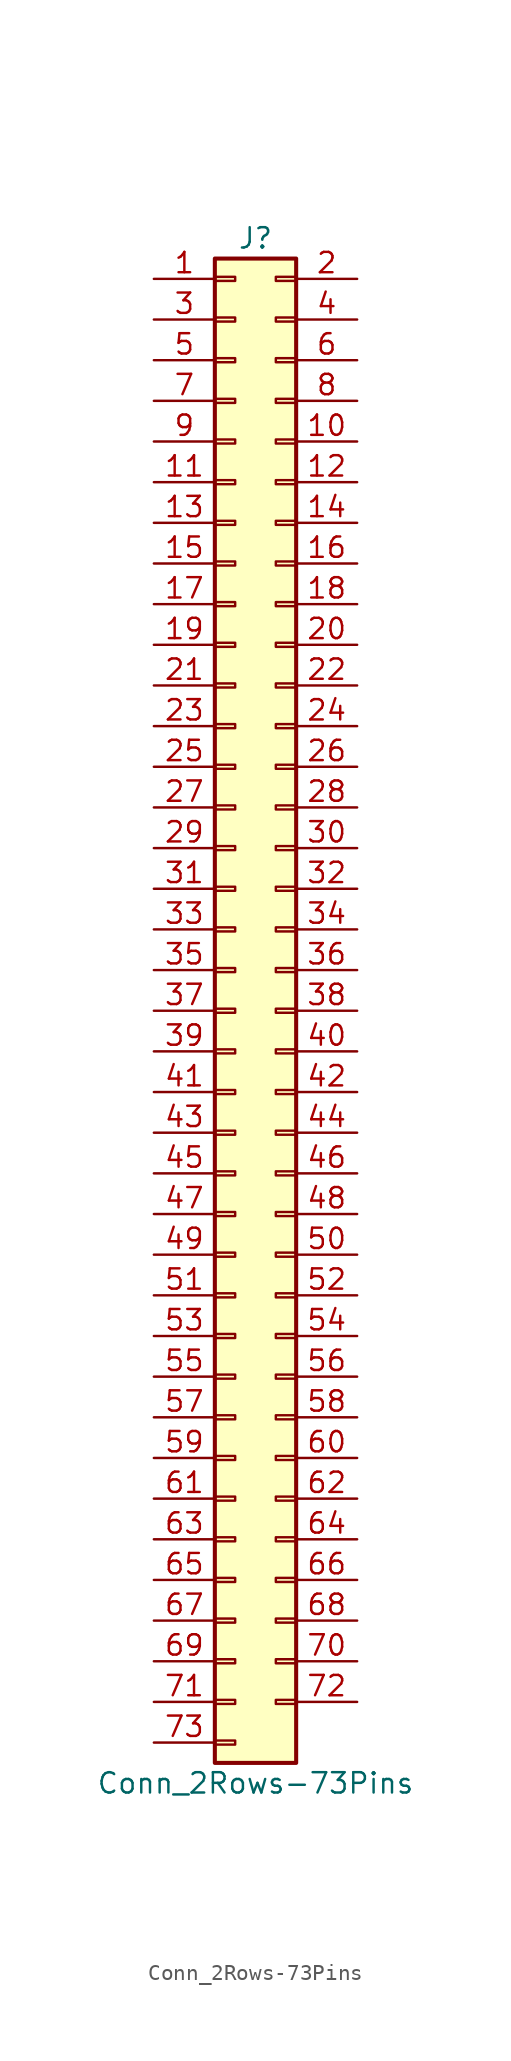
<source format=kicad_sym>
(kicad_symbol_lib
  (version 20201005)
  (generator kicad_symbol_editor)
  (symbol "Conn_2Rows-73Pins"
    (pin_names
      (offset 1.016) hide)
    (property "Reference" "J"
      (at 1.27 48.26 0)
      (effects (font (size 1.27 1.27))))
    (property "Value" "Conn_2Rows-73Pins"
      (at 1.27 -48.26 0)
      (effects (font (size 1.27 1.27))))
    (symbol "Conn_2Rows-73Pins_1_1"
      (rectangle (start -1.27 -45.593) (end 0 -45.847) (stroke (width 0.152)) (fill (type none)))
      (rectangle (start -1.27 -43.053) (end 0 -43.307) (stroke (width 0.152)) (fill (type none)))
      (rectangle (start -1.27 -40.513) (end 0 -40.767) (stroke (width 0.152)) (fill (type none)))
      (rectangle (start -1.27 -37.973) (end 0 -38.227) (stroke (width 0.152)) (fill (type none)))
      (rectangle (start -1.27 -35.433) (end 0 -35.687) (stroke (width 0.152)) (fill (type none)))
      (rectangle (start -1.27 -32.893) (end 0 -33.147) (stroke (width 0.152)) (fill (type none)))
      (rectangle (start -1.27 -30.353) (end 0 -30.607) (stroke (width 0.152)) (fill (type none)))
      (rectangle (start -1.27 -27.813) (end 0 -28.067) (stroke (width 0.152)) (fill (type none)))
      (rectangle (start -1.27 -25.273) (end 0 -25.527) (stroke (width 0.152)) (fill (type none)))
      (rectangle (start -1.27 -22.733) (end 0 -22.987) (stroke (width 0.152)) (fill (type none)))
      (rectangle (start -1.27 -20.193) (end 0 -20.447) (stroke (width 0.152)) (fill (type none)))
      (rectangle (start -1.27 -17.653) (end 0 -17.907) (stroke (width 0.152)) (fill (type none)))
      (rectangle (start -1.27 -15.113) (end 0 -15.367) (stroke (width 0.152)) (fill (type none)))
      (rectangle (start -1.27 -12.573) (end 0 -12.827) (stroke (width 0.152)) (fill (type none)))
      (rectangle (start -1.27 -10.033) (end 0 -10.287) (stroke (width 0.152)) (fill (type none)))
      (rectangle (start -1.27 -7.493) (end 0 -7.747) (stroke (width 0.152)) (fill (type none)))
      (rectangle (start -1.27 -4.953) (end 0 -5.207) (stroke (width 0.152)) (fill (type none)))
      (rectangle (start -1.27 -2.413) (end 0 -2.667) (stroke (width 0.152)) (fill (type none)))
      (rectangle (start -1.27 0.127) (end 0 -0.127) (stroke (width 0.152)) (fill (type none)))
      (rectangle (start -1.27 2.667) (end 0 2.413) (stroke (width 0.152)) (fill (type none)))
      (rectangle (start -1.27 5.207) (end 0 4.953) (stroke (width 0.152)) (fill (type none)))
      (rectangle (start -1.27 7.747) (end 0 7.493) (stroke (width 0.152)) (fill (type none)))
      (rectangle (start -1.27 10.287) (end 0 10.033) (stroke (width 0.152)) (fill (type none)))
      (rectangle (start -1.27 12.827) (end 0 12.573) (stroke (width 0.152)) (fill (type none)))
      (rectangle (start -1.27 15.367) (end 0 15.113) (stroke (width 0.152)) (fill (type none)))
      (rectangle (start -1.27 17.907) (end 0 17.653) (stroke (width 0.152)) (fill (type none)))
      (rectangle (start -1.27 20.447) (end 0 20.193) (stroke (width 0.152)) (fill (type none)))
      (rectangle (start -1.27 22.987) (end 0 22.733) (stroke (width 0.152)) (fill (type none)))
      (rectangle (start -1.27 25.527) (end 0 25.273) (stroke (width 0.152)) (fill (type none)))
      (rectangle (start -1.27 28.067) (end 0 27.813) (stroke (width 0.152)) (fill (type none)))
      (rectangle (start -1.27 30.607) (end 0 30.353) (stroke (width 0.152)) (fill (type none)))
      (rectangle (start -1.27 33.147) (end 0 32.893) (stroke (width 0.152)) (fill (type none)))
      (rectangle (start -1.27 35.687) (end 0 35.433) (stroke (width 0.152)) (fill (type none)))
      (rectangle (start -1.27 38.227) (end 0 37.973) (stroke (width 0.152)) (fill (type none)))
      (rectangle (start -1.27 40.767) (end 0 40.513) (stroke (width 0.152)) (fill (type none)))
      (rectangle (start -1.27 43.307) (end 0 43.053) (stroke (width 0.152)) (fill (type none)))
      (rectangle (start -1.27 45.847) (end 0 45.593) (stroke (width 0.152)) (fill (type none)))
      (rectangle (start 3.81 -43.053) (end 2.54 -43.307) (stroke (width 0.152)) (fill (type none)))
      (rectangle (start 3.81 -40.513) (end 2.54 -40.767) (stroke (width 0.152)) (fill (type none)))
      (rectangle (start 3.81 -37.973) (end 2.54 -38.227) (stroke (width 0.152)) (fill (type none)))
      (rectangle (start 3.81 -35.433) (end 2.54 -35.687) (stroke (width 0.152)) (fill (type none)))
      (rectangle (start 3.81 -32.893) (end 2.54 -33.147) (stroke (width 0.152)) (fill (type none)))
      (rectangle (start 3.81 -30.353) (end 2.54 -30.607) (stroke (width 0.152)) (fill (type none)))
      (rectangle (start 3.81 -27.813) (end 2.54 -28.067) (stroke (width 0.152)) (fill (type none)))
      (rectangle (start 3.81 -25.273) (end 2.54 -25.527) (stroke (width 0.152)) (fill (type none)))
      (rectangle (start 3.81 -22.733) (end 2.54 -22.987) (stroke (width 0.152)) (fill (type none)))
      (rectangle (start 3.81 -20.193) (end 2.54 -20.447) (stroke (width 0.152)) (fill (type none)))
      (rectangle (start 3.81 -17.653) (end 2.54 -17.907) (stroke (width 0.152)) (fill (type none)))
      (rectangle (start 3.81 -15.113) (end 2.54 -15.367) (stroke (width 0.152)) (fill (type none)))
      (rectangle (start 3.81 -12.573) (end 2.54 -12.827) (stroke (width 0.152)) (fill (type none)))
      (rectangle (start 3.81 -10.033) (end 2.54 -10.287) (stroke (width 0.152)) (fill (type none)))
      (rectangle (start 3.81 -7.493) (end 2.54 -7.747) (stroke (width 0.152)) (fill (type none)))
      (rectangle (start 3.81 -4.953) (end 2.54 -5.207) (stroke (width 0.152)) (fill (type none)))
      (rectangle (start 3.81 -2.413) (end 2.54 -2.667) (stroke (width 0.152)) (fill (type none)))
      (rectangle (start 3.81 0.127) (end 2.54 -0.127) (stroke (width 0.152)) (fill (type none)))
      (rectangle (start 3.81 2.667) (end 2.54 2.413) (stroke (width 0.152)) (fill (type none)))
      (rectangle (start 3.81 5.207) (end 2.54 4.953) (stroke (width 0.152)) (fill (type none)))
      (rectangle (start 3.81 7.747) (end 2.54 7.493) (stroke (width 0.152)) (fill (type none)))
      (rectangle (start 3.81 10.287) (end 2.54 10.033) (stroke (width 0.152)) (fill (type none)))
      (rectangle (start 3.81 12.827) (end 2.54 12.573) (stroke (width 0.152)) (fill (type none)))
      (rectangle (start 3.81 15.367) (end 2.54 15.113) (stroke (width 0.152)) (fill (type none)))
      (rectangle (start 3.81 17.907) (end 2.54 17.653) (stroke (width 0.152)) (fill (type none)))
      (rectangle (start 3.81 20.447) (end 2.54 20.193) (stroke (width 0.152)) (fill (type none)))
      (rectangle (start 3.81 22.987) (end 2.54 22.733) (stroke (width 0.152)) (fill (type none)))
      (rectangle (start 3.81 25.527) (end 2.54 25.273) (stroke (width 0.152)) (fill (type none)))
      (rectangle (start 3.81 28.067) (end 2.54 27.813) (stroke (width 0.152)) (fill (type none)))
      (rectangle (start 3.81 30.607) (end 2.54 30.353) (stroke (width 0.152)) (fill (type none)))
      (rectangle (start 3.81 33.147) (end 2.54 32.893) (stroke (width 0.152)) (fill (type none)))
      (rectangle (start 3.81 35.687) (end 2.54 35.433) (stroke (width 0.152)) (fill (type none)))
      (rectangle (start 3.81 38.227) (end 2.54 37.973) (stroke (width 0.152)) (fill (type none)))
      (rectangle (start 3.81 40.767) (end 2.54 40.513) (stroke (width 0.152)) (fill (type none)))
      (rectangle (start 3.81 43.307) (end 2.54 43.053) (stroke (width 0.152)) (fill (type none)))
      (rectangle (start 3.81 45.847) (end 2.54 45.593) (stroke (width 0.152)) (fill (type none)))
      (rectangle (start -1.27 46.99) (end 3.81 -46.99) (stroke (width 0.254)) (fill (type background)))
      (pin passive line (at -5.08 45.72 0) (length 3.81) (name "Pin_1" (effects (font (size 1.27 1.27)))) (number "1" (effects (font (size 1.27 1.27)))))
      (pin passive line (at 7.62 35.56 180) (length 3.81) (name "Pin_10" (effects (font (size 1.27 1.27)))) (number "10" (effects (font (size 1.27 1.27)))))
      (pin passive line (at -5.08 33.02 0) (length 3.81) (name "Pin_11" (effects (font (size 1.27 1.27)))) (number "11" (effects (font (size 1.27 1.27)))))
      (pin passive line (at 7.62 33.02 180) (length 3.81) (name "Pin_12" (effects (font (size 1.27 1.27)))) (number "12" (effects (font (size 1.27 1.27)))))
      (pin passive line (at -5.08 30.48 0) (length 3.81) (name "Pin_13" (effects (font (size 1.27 1.27)))) (number "13" (effects (font (size 1.27 1.27)))))
      (pin passive line (at 7.62 30.48 180) (length 3.81) (name "Pin_14" (effects (font (size 1.27 1.27)))) (number "14" (effects (font (size 1.27 1.27)))))
      (pin passive line (at -5.08 27.94 0) (length 3.81) (name "Pin_15" (effects (font (size 1.27 1.27)))) (number "15" (effects (font (size 1.27 1.27)))))
      (pin passive line (at 7.62 27.94 180) (length 3.81) (name "Pin_16" (effects (font (size 1.27 1.27)))) (number "16" (effects (font (size 1.27 1.27)))))
      (pin passive line (at -5.08 25.4 0) (length 3.81) (name "Pin_17" (effects (font (size 1.27 1.27)))) (number "17" (effects (font (size 1.27 1.27)))))
      (pin passive line (at 7.62 25.4 180) (length 3.81) (name "Pin_18" (effects (font (size 1.27 1.27)))) (number "18" (effects (font (size 1.27 1.27)))))
      (pin passive line (at -5.08 22.86 0) (length 3.81) (name "Pin_19" (effects (font (size 1.27 1.27)))) (number "19" (effects (font (size 1.27 1.27)))))
      (pin passive line (at 7.62 45.72 180) (length 3.81) (name "Pin_2" (effects (font (size 1.27 1.27)))) (number "2" (effects (font (size 1.27 1.27)))))
      (pin passive line (at 7.62 22.86 180) (length 3.81) (name "Pin_20" (effects (font (size 1.27 1.27)))) (number "20" (effects (font (size 1.27 1.27)))))
      (pin passive line (at -5.08 20.32 0) (length 3.81) (name "Pin_21" (effects (font (size 1.27 1.27)))) (number "21" (effects (font (size 1.27 1.27)))))
      (pin passive line (at 7.62 20.32 180) (length 3.81) (name "Pin_22" (effects (font (size 1.27 1.27)))) (number "22" (effects (font (size 1.27 1.27)))))
      (pin passive line (at -5.08 17.78 0) (length 3.81) (name "Pin_23" (effects (font (size 1.27 1.27)))) (number "23" (effects (font (size 1.27 1.27)))))
      (pin passive line (at 7.62 17.78 180) (length 3.81) (name "Pin_24" (effects (font (size 1.27 1.27)))) (number "24" (effects (font (size 1.27 1.27)))))
      (pin passive line (at -5.08 15.24 0) (length 3.81) (name "Pin_25" (effects (font (size 1.27 1.27)))) (number "25" (effects (font (size 1.27 1.27)))))
      (pin passive line (at 7.62 15.24 180) (length 3.81) (name "Pin_26" (effects (font (size 1.27 1.27)))) (number "26" (effects (font (size 1.27 1.27)))))
      (pin passive line (at -5.08 12.7 0) (length 3.81) (name "Pin_27" (effects (font (size 1.27 1.27)))) (number "27" (effects (font (size 1.27 1.27)))))
      (pin passive line (at 7.62 12.7 180) (length 3.81) (name "Pin_28" (effects (font (size 1.27 1.27)))) (number "28" (effects (font (size 1.27 1.27)))))
      (pin passive line (at -5.08 10.16 0) (length 3.81) (name "Pin_29" (effects (font (size 1.27 1.27)))) (number "29" (effects (font (size 1.27 1.27)))))
      (pin passive line (at -5.08 43.18 0) (length 3.81) (name "Pin_3" (effects (font (size 1.27 1.27)))) (number "3" (effects (font (size 1.27 1.27)))))
      (pin passive line (at 7.62 10.16 180) (length 3.81) (name "Pin_30" (effects (font (size 1.27 1.27)))) (number "30" (effects (font (size 1.27 1.27)))))
      (pin passive line (at -5.08 7.62 0) (length 3.81) (name "Pin_31" (effects (font (size 1.27 1.27)))) (number "31" (effects (font (size 1.27 1.27)))))
      (pin passive line (at 7.62 7.62 180) (length 3.81) (name "Pin_32" (effects (font (size 1.27 1.27)))) (number "32" (effects (font (size 1.27 1.27)))))
      (pin passive line (at -5.08 5.08 0) (length 3.81) (name "Pin_33" (effects (font (size 1.27 1.27)))) (number "33" (effects (font (size 1.27 1.27)))))
      (pin passive line (at 7.62 5.08 180) (length 3.81) (name "Pin_34" (effects (font (size 1.27 1.27)))) (number "34" (effects (font (size 1.27 1.27)))))
      (pin passive line (at -5.08 2.54 0) (length 3.81) (name "Pin_35" (effects (font (size 1.27 1.27)))) (number "35" (effects (font (size 1.27 1.27)))))
      (pin passive line (at 7.62 2.54 180) (length 3.81) (name "Pin_36" (effects (font (size 1.27 1.27)))) (number "36" (effects (font (size 1.27 1.27)))))
      (pin passive line (at -5.08 0 0) (length 3.81) (name "Pin_37" (effects (font (size 1.27 1.27)))) (number "37" (effects (font (size 1.27 1.27)))))
      (pin passive line (at 7.62 0 180) (length 3.81) (name "Pin_38" (effects (font (size 1.27 1.27)))) (number "38" (effects (font (size 1.27 1.27)))))
      (pin passive line (at -5.08 -2.54 0) (length 3.81) (name "Pin_39" (effects (font (size 1.27 1.27)))) (number "39" (effects (font (size 1.27 1.27)))))
      (pin passive line (at 7.62 43.18 180) (length 3.81) (name "Pin_4" (effects (font (size 1.27 1.27)))) (number "4" (effects (font (size 1.27 1.27)))))
      (pin passive line (at 7.62 -2.54 180) (length 3.81) (name "Pin_40" (effects (font (size 1.27 1.27)))) (number "40" (effects (font (size 1.27 1.27)))))
      (pin passive line (at -5.08 -5.08 0) (length 3.81) (name "Pin_41" (effects (font (size 1.27 1.27)))) (number "41" (effects (font (size 1.27 1.27)))))
      (pin passive line (at 7.62 -5.08 180) (length 3.81) (name "Pin_42" (effects (font (size 1.27 1.27)))) (number "42" (effects (font (size 1.27 1.27)))))
      (pin passive line (at -5.08 -7.62 0) (length 3.81) (name "Pin_43" (effects (font (size 1.27 1.27)))) (number "43" (effects (font (size 1.27 1.27)))))
      (pin passive line (at 7.62 -7.62 180) (length 3.81) (name "Pin_44" (effects (font (size 1.27 1.27)))) (number "44" (effects (font (size 1.27 1.27)))))
      (pin passive line (at -5.08 -10.16 0) (length 3.81) (name "Pin_45" (effects (font (size 1.27 1.27)))) (number "45" (effects (font (size 1.27 1.27)))))
      (pin passive line (at 7.62 -10.16 180) (length 3.81) (name "Pin_46" (effects (font (size 1.27 1.27)))) (number "46" (effects (font (size 1.27 1.27)))))
      (pin passive line (at -5.08 -12.7 0) (length 3.81) (name "Pin_47" (effects (font (size 1.27 1.27)))) (number "47" (effects (font (size 1.27 1.27)))))
      (pin passive line (at 7.62 -12.7 180) (length 3.81) (name "Pin_48" (effects (font (size 1.27 1.27)))) (number "48" (effects (font (size 1.27 1.27)))))
      (pin passive line (at -5.08 -15.24 0) (length 3.81) (name "Pin_49" (effects (font (size 1.27 1.27)))) (number "49" (effects (font (size 1.27 1.27)))))
      (pin passive line (at -5.08 40.64 0) (length 3.81) (name "Pin_5" (effects (font (size 1.27 1.27)))) (number "5" (effects (font (size 1.27 1.27)))))
      (pin passive line (at 7.62 -15.24 180) (length 3.81) (name "Pin_50" (effects (font (size 1.27 1.27)))) (number "50" (effects (font (size 1.27 1.27)))))
      (pin passive line (at -5.08 -17.78 0) (length 3.81) (name "Pin_51" (effects (font (size 1.27 1.27)))) (number "51" (effects (font (size 1.27 1.27)))))
      (pin passive line (at 7.62 -17.78 180) (length 3.81) (name "Pin_52" (effects (font (size 1.27 1.27)))) (number "52" (effects (font (size 1.27 1.27)))))
      (pin passive line (at -5.08 -20.32 0) (length 3.81) (name "Pin_53" (effects (font (size 1.27 1.27)))) (number "53" (effects (font (size 1.27 1.27)))))
      (pin passive line (at 7.62 -20.32 180) (length 3.81) (name "Pin_54" (effects (font (size 1.27 1.27)))) (number "54" (effects (font (size 1.27 1.27)))))
      (pin passive line (at -5.08 -22.86 0) (length 3.81) (name "Pin_55" (effects (font (size 1.27 1.27)))) (number "55" (effects (font (size 1.27 1.27)))))
      (pin passive line (at 7.62 -22.86 180) (length 3.81) (name "Pin_56" (effects (font (size 1.27 1.27)))) (number "56" (effects (font (size 1.27 1.27)))))
      (pin passive line (at -5.08 -25.4 0) (length 3.81) (name "Pin_57" (effects (font (size 1.27 1.27)))) (number "57" (effects (font (size 1.27 1.27)))))
      (pin passive line (at 7.62 -25.4 180) (length 3.81) (name "Pin_58" (effects (font (size 1.27 1.27)))) (number "58" (effects (font (size 1.27 1.27)))))
      (pin passive line (at -5.08 -27.94 0) (length 3.81) (name "Pin_59" (effects (font (size 1.27 1.27)))) (number "59" (effects (font (size 1.27 1.27)))))
      (pin passive line (at 7.62 40.64 180) (length 3.81) (name "Pin_6" (effects (font (size 1.27 1.27)))) (number "6" (effects (font (size 1.27 1.27)))))
      (pin passive line (at 7.62 -27.94 180) (length 3.81) (name "Pin_60" (effects (font (size 1.27 1.27)))) (number "60" (effects (font (size 1.27 1.27)))))
      (pin passive line (at -5.08 -30.48 0) (length 3.81) (name "Pin_61" (effects (font (size 1.27 1.27)))) (number "61" (effects (font (size 1.27 1.27)))))
      (pin passive line (at 7.62 -30.48 180) (length 3.81) (name "Pin_62" (effects (font (size 1.27 1.27)))) (number "62" (effects (font (size 1.27 1.27)))))
      (pin passive line (at -5.08 -33.02 0) (length 3.81) (name "Pin_63" (effects (font (size 1.27 1.27)))) (number "63" (effects (font (size 1.27 1.27)))))
      (pin passive line (at 7.62 -33.02 180) (length 3.81) (name "Pin_64" (effects (font (size 1.27 1.27)))) (number "64" (effects (font (size 1.27 1.27)))))
      (pin passive line (at -5.08 -35.56 0) (length 3.81) (name "Pin_65" (effects (font (size 1.27 1.27)))) (number "65" (effects (font (size 1.27 1.27)))))
      (pin passive line (at 7.62 -35.56 180) (length 3.81) (name "Pin_66" (effects (font (size 1.27 1.27)))) (number "66" (effects (font (size 1.27 1.27)))))
      (pin passive line (at -5.08 -38.1 0) (length 3.81) (name "Pin_67" (effects (font (size 1.27 1.27)))) (number "67" (effects (font (size 1.27 1.27)))))
      (pin passive line (at 7.62 -38.1 180) (length 3.81) (name "Pin_68" (effects (font (size 1.27 1.27)))) (number "68" (effects (font (size 1.27 1.27)))))
      (pin passive line (at -5.08 -40.64 0) (length 3.81) (name "Pin_69" (effects (font (size 1.27 1.27)))) (number "69" (effects (font (size 1.27 1.27)))))
      (pin passive line (at -5.08 38.1 0) (length 3.81) (name "Pin_7" (effects (font (size 1.27 1.27)))) (number "7" (effects (font (size 1.27 1.27)))))
      (pin passive line (at 7.62 -40.64 180) (length 3.81) (name "Pin_70" (effects (font (size 1.27 1.27)))) (number "70" (effects (font (size 1.27 1.27)))))
      (pin passive line (at -5.08 -43.18 0) (length 3.81) (name "Pin_71" (effects (font (size 1.27 1.27)))) (number "71" (effects (font (size 1.27 1.27)))))
      (pin passive line (at 7.62 -43.18 180) (length 3.81) (name "Pin_72" (effects (font (size 1.27 1.27)))) (number "72" (effects (font (size 1.27 1.27)))))
      (pin passive line (at -5.08 -45.72 0) (length 3.81) (name "Pin_73" (effects (font (size 1.27 1.27)))) (number "73" (effects (font (size 1.27 1.27)))))
      (pin passive line (at 7.62 38.1 180) (length 3.81) (name "Pin_8" (effects (font (size 1.27 1.27)))) (number "8" (effects (font (size 1.27 1.27)))))
      (pin passive line (at -5.08 35.56 0) (length 3.81) (name "Pin_9" (effects (font (size 1.27 1.27)))) (number "9" (effects (font (size 1.27 1.27))))))))
</source>
